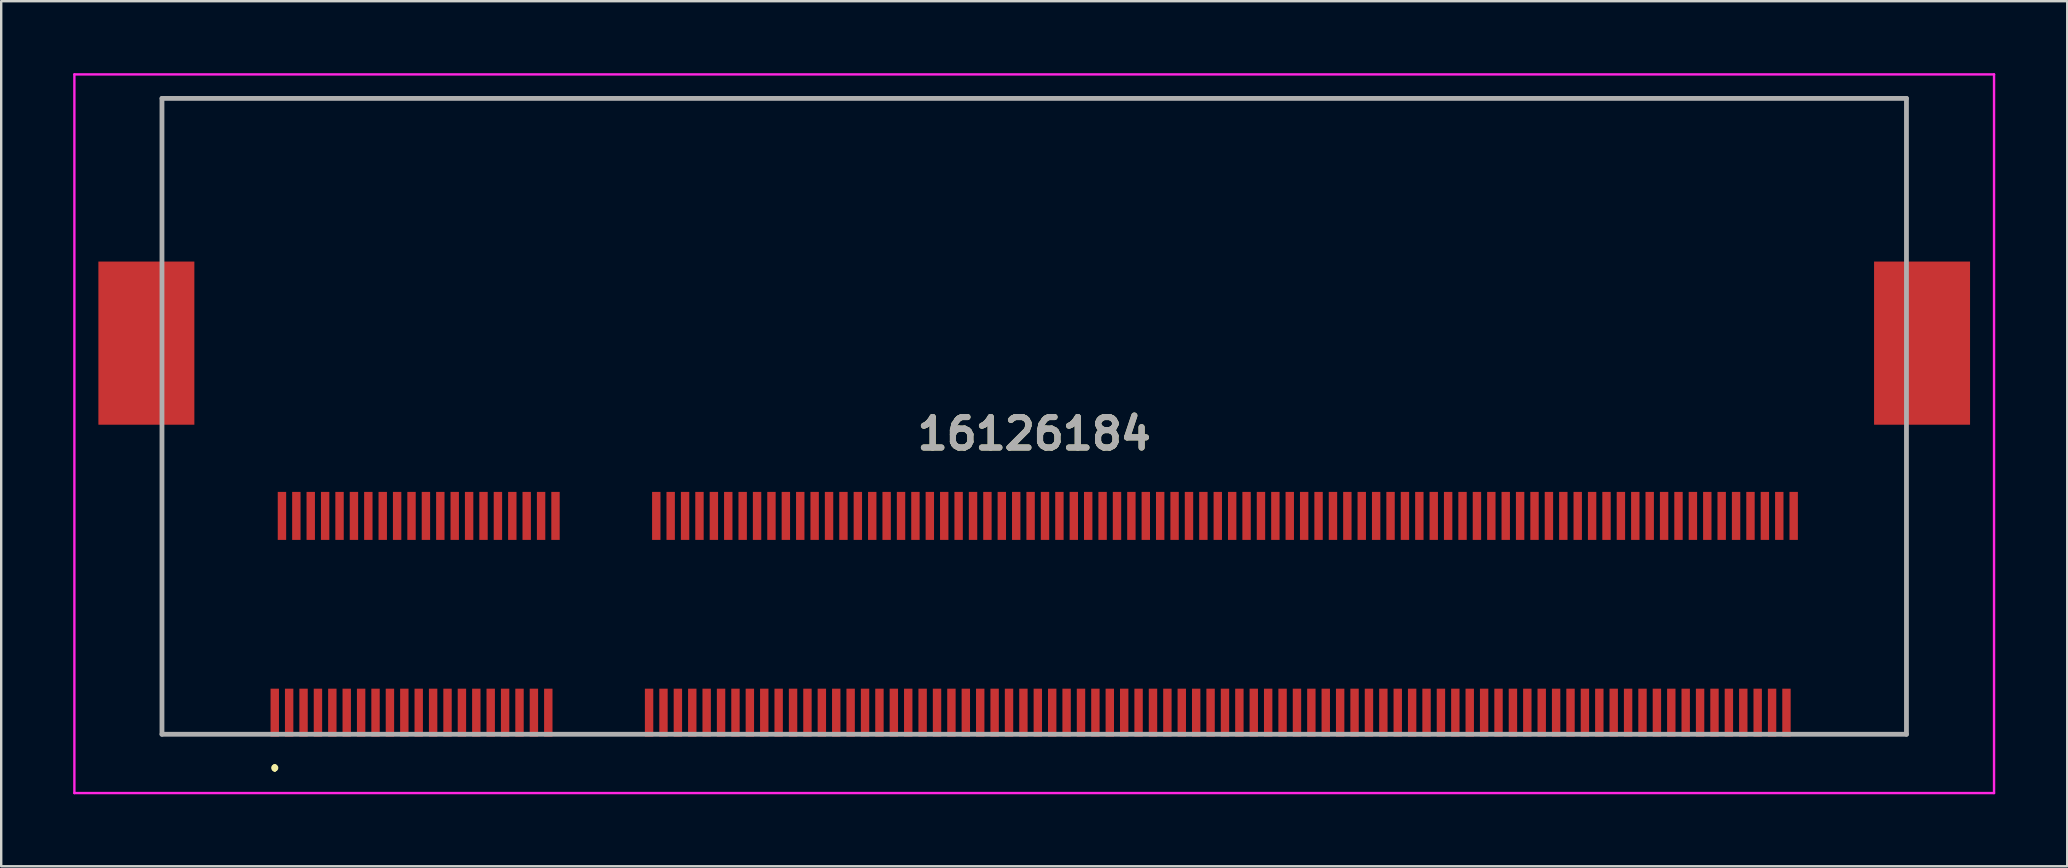
<source format=kicad_pcb>
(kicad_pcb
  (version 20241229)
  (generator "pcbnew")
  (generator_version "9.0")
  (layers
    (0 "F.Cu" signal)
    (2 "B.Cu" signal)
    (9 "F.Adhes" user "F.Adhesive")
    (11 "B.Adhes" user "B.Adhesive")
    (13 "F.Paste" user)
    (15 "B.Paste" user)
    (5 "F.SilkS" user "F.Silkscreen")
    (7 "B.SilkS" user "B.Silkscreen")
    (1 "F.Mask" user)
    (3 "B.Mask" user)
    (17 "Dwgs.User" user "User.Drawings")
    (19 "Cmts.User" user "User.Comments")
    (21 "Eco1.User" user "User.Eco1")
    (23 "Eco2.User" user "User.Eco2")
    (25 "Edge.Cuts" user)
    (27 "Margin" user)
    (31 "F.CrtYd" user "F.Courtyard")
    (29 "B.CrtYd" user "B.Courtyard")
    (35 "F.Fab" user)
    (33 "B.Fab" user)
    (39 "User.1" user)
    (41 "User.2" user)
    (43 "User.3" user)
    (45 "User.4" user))
  (footprint "16126184"
    (layer "F.Cu")
    (at 40.05 14.3)
    (property "Reference" "16126184" (at 0 0.725 0) (layer "F.SilkS") (effects (font (size 1.27 1.27) (thickness 0.254))))
    (attr through_hole)
    (fp_line (start -36.35 -13.25) (end -36.35 -13.25) (stroke (width 0.1) (type solid)) (layer "F.SilkS"))
    (fp_line (start -36.35 -13.25) (end -36.35 -13.25) (stroke (width 0.1) (type solid)) (layer "F.SilkS"))
    (fp_line (start -36.35 -13.25) (end -36.35 -7) (stroke (width 0.1) (type solid)) (layer "F.SilkS"))
    (fp_line (start -36.35 -13.25) (end 36.35 -13.25) (stroke (width 0.1) (type solid)) (layer "F.SilkS"))
    (fp_line (start -36.35 -7) (end -36.35 -13.25) (stroke (width 0.1) (type solid)) (layer "F.SilkS"))
    (fp_line (start -36.35 -7) (end -36.35 -7) (stroke (width 0.1) (type solid)) (layer "F.SilkS"))
    (fp_line (start -36.35 1) (end -36.35 1) (stroke (width 0.1) (type solid)) (layer "F.SilkS"))
    (fp_line (start -36.35 1) (end -36.35 13.25) (stroke (width 0.1) (type solid)) (layer "F.SilkS"))
    (fp_line (start -36.35 13.25) (end -36.35 1) (stroke (width 0.1) (type solid)) (layer "F.SilkS"))
    (fp_line (start -36.35 13.25) (end -36.35 13.25) (stroke (width 0.1) (type solid)) (layer "F.SilkS"))
    (fp_line (start -36.35 13.25) (end -36.35 13.25) (stroke (width 0.1) (type solid)) (layer "F.SilkS"))
    (fp_line (start -36.35 13.25) (end -32.5 13.25) (stroke (width 0.1) (type solid)) (layer "F.SilkS"))
    (fp_line (start -32.5 13.25) (end -36.35 13.25) (stroke (width 0.1) (type solid)) (layer "F.SilkS"))
    (fp_line (start -32.5 13.25) (end -32.5 13.25) (stroke (width 0.1) (type solid)) (layer "F.SilkS"))
    (fp_line (start -31.65 14.6) (end -31.65 14.7) (stroke (width 0.2) (type solid)) (layer "F.SilkS"))
    (fp_line (start -31.65 14.7) (end -31.65 14.7) (stroke (width 0.2) (type solid)) (layer "F.SilkS"))
    (fp_line (start -31.65 14.7) (end -31.65 14.7) (stroke (width 0.2) (type solid)) (layer "F.SilkS"))
    (fp_line (start -19.5 13.25) (end -19.5 13.25) (stroke (width 0.1) (type solid)) (layer "F.SilkS"))
    (fp_line (start -19.5 13.25) (end -16.75 13.25) (stroke (width 0.1) (type solid)) (layer "F.SilkS"))
    (fp_line (start -16.75 13.25) (end -19.5 13.25) (stroke (width 0.1) (type solid)) (layer "F.SilkS"))
    (fp_line (start -16.75 13.25) (end -16.75 13.25) (stroke (width 0.1) (type solid)) (layer "F.SilkS"))
    (fp_line (start 32.25 13.25) (end 32.25 13.25) (stroke (width 0.1) (type solid)) (layer "F.SilkS"))
    (fp_line (start 32.25 13.25) (end 36.35 13.25) (stroke (width 0.1) (type solid)) (layer "F.SilkS"))
    (fp_line (start 36.35 -13.25) (end -36.35 -13.25) (stroke (width 0.1) (type solid)) (layer "F.SilkS"))
    (fp_line (start 36.35 -13.25) (end 36.35 -13.25) (stroke (width 0.1) (type solid)) (layer "F.SilkS"))
    (fp_line (start 36.35 -13.25) (end 36.35 -13.25) (stroke (width 0.1) (type solid)) (layer "F.SilkS"))
    (fp_line (start 36.35 -13.25) (end 36.35 -7) (stroke (width 0.1) (type solid)) (layer "F.SilkS"))
    (fp_line (start 36.35 -7) (end 36.35 -13.25) (stroke (width 0.1) (type solid)) (layer "F.SilkS"))
    (fp_line (start 36.35 -7) (end 36.35 -7) (stroke (width 0.1) (type solid)) (layer "F.SilkS"))
    (fp_line (start 36.35 1) (end 36.35 1) (stroke (width 0.1) (type solid)) (layer "F.SilkS"))
    (fp_line (start 36.35 1) (end 36.35 13.25) (stroke (width 0.1) (type solid)) (layer "F.SilkS"))
    (fp_line (start 36.35 13.25) (end 32.25 13.25) (stroke (width 0.1) (type solid)) (layer "F.SilkS"))
    (fp_line (start 36.35 13.25) (end 36.35 1) (stroke (width 0.1) (type solid)) (layer "F.SilkS"))
    (fp_line (start 36.35 13.25) (end 36.35 13.25) (stroke (width 0.1) (type solid)) (layer "F.SilkS"))
    (fp_line (start 36.35 13.25) (end 36.35 13.25) (stroke (width 0.1) (type solid)) (layer "F.SilkS"))
    (fp_arc (start -31.65 14.6) (mid -31.6 14.65) (end -31.65 14.7) (stroke (width 0.2) (type solid)) (layer "F.SilkS"))
    (fp_arc (start -31.65 14.7) (mid -31.7 14.65) (end -31.65 14.6) (stroke (width 0.2) (type solid)) (layer "F.SilkS"))
    (fp_line (start -40 -14.25) (end 40 -14.25) (stroke (width 0.1) (type solid)) (layer "F.CrtYd"))
    (fp_line (start -40 15.7) (end -40 -14.25) (stroke (width 0.1) (type solid)) (layer "F.CrtYd"))
    (fp_line (start 40 -14.25) (end 40 15.7) (stroke (width 0.1) (type solid)) (layer "F.CrtYd"))
    (fp_line (start 40 15.7) (end -40 15.7) (stroke (width 0.1) (type solid)) (layer "F.CrtYd"))
    (fp_line (start -36.35 -13.25) (end -36.35 13.25) (stroke (width 0.2) (type solid)) (layer "F.Fab"))
    (fp_line (start -36.35 13.25) (end 36.35 13.25) (stroke (width 0.2) (type solid)) (layer "F.Fab"))
    (fp_line (start 36.35 -13.25) (end -36.35 -13.25) (stroke (width 0.2) (type solid)) (layer "F.Fab"))
    (fp_line (start 36.35 13.25) (end 36.35 -13.25) (stroke (width 0.2) (type solid)) (layer "F.Fab"))
    (fp_text user "${REFERENCE}" (at 0 0.725 0) (layer "F.Fab") (effects (font (size 1.27 1.27) (thickness 0.254))))
    (pad "" np_thru_hole circle (at -33.4 8.25) (size 0.001 0.001) (drill 1.7) (layers "*.Cu" "*.Mask"))
    (pad "" np_thru_hole circle (at 33.4 8.25) (size 0.001 0.001) (drill 1.2) (layers "*.Cu" "*.Mask"))
    (pad "1" smd rect (at -31.65 12.35) (size 0.35 2) (layers "F.Cu" "F.Mask" "F.Paste"))
    (pad "2" smd rect (at -31.35 4.15) (size 0.35 2) (layers "F.Cu" "F.Mask" "F.Paste"))
    (pad "3" smd rect (at -31.05 12.35) (size 0.35 2) (layers "F.Cu" "F.Mask" "F.Paste"))
    (pad "4" smd rect (at -30.75 4.15) (size 0.35 2) (layers "F.Cu" "F.Mask" "F.Paste"))
    (pad "5" smd rect (at -30.45 12.35) (size 0.35 2) (layers "F.Cu" "F.Mask" "F.Paste"))
    (pad "6" smd rect (at -30.15 4.15) (size 0.35 2) (layers "F.Cu" "F.Mask" "F.Paste"))
    (pad "7" smd rect (at -29.85 12.35) (size 0.35 2) (layers "F.Cu" "F.Mask" "F.Paste"))
    (pad "8" smd rect (at -29.55 4.15) (size 0.35 2) (layers "F.Cu" "F.Mask" "F.Paste"))
    (pad "9" smd rect (at -29.25 12.35) (size 0.35 2) (layers "F.Cu" "F.Mask" "F.Paste"))
    (pad "10" smd rect (at -28.95 4.15) (size 0.35 2) (layers "F.Cu" "F.Mask" "F.Paste"))
    (pad "11" smd rect (at -28.65 12.35) (size 0.35 2) (layers "F.Cu" "F.Mask" "F.Paste"))
    (pad "12" smd rect (at -28.35 4.15) (size 0.35 2) (layers "F.Cu" "F.Mask" "F.Paste"))
    (pad "13" smd rect (at -28.05 12.35) (size 0.35 2) (layers "F.Cu" "F.Mask" "F.Paste"))
    (pad "14" smd rect (at -27.75 4.15) (size 0.35 2) (layers "F.Cu" "F.Mask" "F.Paste"))
    (pad "15" smd rect (at -27.45 12.35) (size 0.35 2) (layers "F.Cu" "F.Mask" "F.Paste"))
    (pad "16" smd rect (at -27.15 4.15) (size 0.35 2) (layers "F.Cu" "F.Mask" "F.Paste"))
    (pad "17" smd rect (at -26.85 12.35) (size 0.35 2) (layers "F.Cu" "F.Mask" "F.Paste"))
    (pad "18" smd rect (at -26.55 4.15) (size 0.35 2) (layers "F.Cu" "F.Mask" "F.Paste"))
    (pad "19" smd rect (at -26.25 12.35) (size 0.35 2) (layers "F.Cu" "F.Mask" "F.Paste"))
    (pad "20" smd rect (at -25.95 4.15) (size 0.35 2) (layers "F.Cu" "F.Mask" "F.Paste"))
    (pad "21" smd rect (at -25.65 12.35) (size 0.35 2) (layers "F.Cu" "F.Mask" "F.Paste"))
    (pad "22" smd rect (at -25.35 4.15) (size 0.35 2) (layers "F.Cu" "F.Mask" "F.Paste"))
    (pad "23" smd rect (at -25.05 12.35) (size 0.35 2) (layers "F.Cu" "F.Mask" "F.Paste"))
    (pad "24" smd rect (at -24.75 4.15) (size 0.35 2) (layers "F.Cu" "F.Mask" "F.Paste"))
    (pad "25" smd rect (at -24.45 12.35) (size 0.35 2) (layers "F.Cu" "F.Mask" "F.Paste"))
    (pad "26" smd rect (at -24.15 4.15) (size 0.35 2) (layers "F.Cu" "F.Mask" "F.Paste"))
    (pad "27" smd rect (at -23.85 12.35) (size 0.35 2) (layers "F.Cu" "F.Mask" "F.Paste"))
    (pad "28" smd rect (at -23.55 4.15) (size 0.35 2) (layers "F.Cu" "F.Mask" "F.Paste"))
    (pad "29" smd rect (at -23.25 12.35) (size 0.35 2) (layers "F.Cu" "F.Mask" "F.Paste"))
    (pad "30" smd rect (at -22.95 4.15) (size 0.35 2) (layers "F.Cu" "F.Mask" "F.Paste"))
    (pad "31" smd rect (at -22.65 12.35) (size 0.35 2) (layers "F.Cu" "F.Mask" "F.Paste"))
    (pad "32" smd rect (at -22.35 4.15) (size 0.35 2) (layers "F.Cu" "F.Mask" "F.Paste"))
    (pad "33" smd rect (at -22.05 12.35) (size 0.35 2) (layers "F.Cu" "F.Mask" "F.Paste"))
    (pad "34" smd rect (at -21.75 4.15) (size 0.35 2) (layers "F.Cu" "F.Mask" "F.Paste"))
    (pad "35" smd rect (at -21.45 12.35) (size 0.35 2) (layers "F.Cu" "F.Mask" "F.Paste"))
    (pad "36" smd rect (at -21.15 4.15) (size 0.35 2) (layers "F.Cu" "F.Mask" "F.Paste"))
    (pad "37" smd rect (at -20.85 12.35) (size 0.35 2) (layers "F.Cu" "F.Mask" "F.Paste"))
    (pad "38" smd rect (at -20.55 4.15) (size 0.35 2) (layers "F.Cu" "F.Mask" "F.Paste"))
    (pad "39" smd rect (at -20.25 12.35) (size 0.35 2) (layers "F.Cu" "F.Mask" "F.Paste"))
    (pad "40" smd rect (at -19.95 4.15) (size 0.35 2) (layers "F.Cu" "F.Mask" "F.Paste"))
    (pad "41" smd rect (at -16.05 12.35) (size 0.35 2) (layers "F.Cu" "F.Mask" "F.Paste"))
    (pad "42" smd rect (at -15.75 4.15) (size 0.35 2) (layers "F.Cu" "F.Mask" "F.Paste"))
    (pad "43" smd rect (at -15.45 12.35) (size 0.35 2) (layers "F.Cu" "F.Mask" "F.Paste"))
    (pad "44" smd rect (at -15.15 4.15) (size 0.35 2) (layers "F.Cu" "F.Mask" "F.Paste"))
    (pad "45" smd rect (at -14.85 12.35) (size 0.35 2) (layers "F.Cu" "F.Mask" "F.Paste"))
    (pad "46" smd rect (at -14.55 4.15) (size 0.35 2) (layers "F.Cu" "F.Mask" "F.Paste"))
    (pad "47" smd rect (at -14.25 12.35) (size 0.35 2) (layers "F.Cu" "F.Mask" "F.Paste"))
    (pad "48" smd rect (at -13.95 4.15) (size 0.35 2) (layers "F.Cu" "F.Mask" "F.Paste"))
    (pad "49" smd rect (at -13.65 12.35) (size 0.35 2) (layers "F.Cu" "F.Mask" "F.Paste"))
    (pad "50" smd rect (at -13.35 4.15) (size 0.35 2) (layers "F.Cu" "F.Mask" "F.Paste"))
    (pad "51" smd rect (at -13.05 12.35) (size 0.35 2) (layers "F.Cu" "F.Mask" "F.Paste"))
    (pad "52" smd rect (at -12.75 4.15) (size 0.35 2) (layers "F.Cu" "F.Mask" "F.Paste"))
    (pad "53" smd rect (at -12.45 12.35) (size 0.35 2) (layers "F.Cu" "F.Mask" "F.Paste"))
    (pad "54" smd rect (at -12.15 4.15) (size 0.35 2) (layers "F.Cu" "F.Mask" "F.Paste"))
    (pad "55" smd rect (at -11.85 12.35) (size 0.35 2) (layers "F.Cu" "F.Mask" "F.Paste"))
    (pad "56" smd rect (at -11.55 4.15) (size 0.35 2) (layers "F.Cu" "F.Mask" "F.Paste"))
    (pad "57" smd rect (at -11.25 12.35) (size 0.35 2) (layers "F.Cu" "F.Mask" "F.Paste"))
    (pad "58" smd rect (at -10.95 4.15) (size 0.35 2) (layers "F.Cu" "F.Mask" "F.Paste"))
    (pad "59" smd rect (at -10.65 12.35) (size 0.35 2) (layers "F.Cu" "F.Mask" "F.Paste"))
    (pad "60" smd rect (at -10.35 4.15) (size 0.35 2) (layers "F.Cu" "F.Mask" "F.Paste"))
    (pad "61" smd rect (at -10.05 12.35) (size 0.35 2) (layers "F.Cu" "F.Mask" "F.Paste"))
    (pad "62" smd rect (at -9.75 4.15) (size 0.35 2) (layers "F.Cu" "F.Mask" "F.Paste"))
    (pad "63" smd rect (at -9.45 12.35) (size 0.35 2) (layers "F.Cu" "F.Mask" "F.Paste"))
    (pad "64" smd rect (at -9.15 4.15) (size 0.35 2) (layers "F.Cu" "F.Mask" "F.Paste"))
    (pad "65" smd rect (at -8.85 12.35) (size 0.35 2) (layers "F.Cu" "F.Mask" "F.Paste"))
    (pad "66" smd rect (at -8.55 4.15) (size 0.35 2) (layers "F.Cu" "F.Mask" "F.Paste"))
    (pad "67" smd rect (at -8.25 12.35) (size 0.35 2) (layers "F.Cu" "F.Mask" "F.Paste"))
    (pad "68" smd rect (at -7.95 4.15) (size 0.35 2) (layers "F.Cu" "F.Mask" "F.Paste"))
    (pad "69" smd rect (at -7.65 12.35) (size 0.35 2) (layers "F.Cu" "F.Mask" "F.Paste"))
    (pad "70" smd rect (at -7.35 4.15) (size 0.35 2) (layers "F.Cu" "F.Mask" "F.Paste"))
    (pad "71" smd rect (at -7.05 12.35) (size 0.35 2) (layers "F.Cu" "F.Mask" "F.Paste"))
    (pad "72" smd rect (at -6.75 4.15) (size 0.35 2) (layers "F.Cu" "F.Mask" "F.Paste"))
    (pad "73" smd rect (at -6.45 12.35) (size 0.35 2) (layers "F.Cu" "F.Mask" "F.Paste"))
    (pad "74" smd rect (at -6.15 4.15) (size 0.35 2) (layers "F.Cu" "F.Mask" "F.Paste"))
    (pad "75" smd rect (at -5.85 12.35) (size 0.35 2) (layers "F.Cu" "F.Mask" "F.Paste"))
    (pad "76" smd rect (at -5.55 4.15) (size 0.35 2) (layers "F.Cu" "F.Mask" "F.Paste"))
    (pad "77" smd rect (at -5.25 12.35) (size 0.35 2) (layers "F.Cu" "F.Mask" "F.Paste"))
    (pad "78" smd rect (at -4.95 4.15) (size 0.35 2) (layers "F.Cu" "F.Mask" "F.Paste"))
    (pad "79" smd rect (at -4.65 12.35) (size 0.35 2) (layers "F.Cu" "F.Mask" "F.Paste"))
    (pad "80" smd rect (at -4.35 4.15) (size 0.35 2) (layers "F.Cu" "F.Mask" "F.Paste"))
    (pad "81" smd rect (at -4.05 12.35) (size 0.35 2) (layers "F.Cu" "F.Mask" "F.Paste"))
    (pad "82" smd rect (at -3.75 4.15) (size 0.35 2) (layers "F.Cu" "F.Mask" "F.Paste"))
    (pad "83" smd rect (at -3.45 12.35) (size 0.35 2) (layers "F.Cu" "F.Mask" "F.Paste"))
    (pad "84" smd rect (at -3.15 4.15) (size 0.35 2) (layers "F.Cu" "F.Mask" "F.Paste"))
    (pad "85" smd rect (at -2.85 12.35) (size 0.35 2) (layers "F.Cu" "F.Mask" "F.Paste"))
    (pad "86" smd rect (at -2.55 4.15) (size 0.35 2) (layers "F.Cu" "F.Mask" "F.Paste"))
    (pad "87" smd rect (at -2.25 12.35) (size 0.35 2) (layers "F.Cu" "F.Mask" "F.Paste"))
    (pad "88" smd rect (at -1.95 4.15) (size 0.35 2) (layers "F.Cu" "F.Mask" "F.Paste"))
    (pad "89" smd rect (at -1.65 12.35) (size 0.35 2) (layers "F.Cu" "F.Mask" "F.Paste"))
    (pad "90" smd rect (at -1.35 4.15) (size 0.35 2) (layers "F.Cu" "F.Mask" "F.Paste"))
    (pad "91" smd rect (at -1.05 12.35) (size 0.35 2) (layers "F.Cu" "F.Mask" "F.Paste"))
    (pad "92" smd rect (at -0.75 4.15) (size 0.35 2) (layers "F.Cu" "F.Mask" "F.Paste"))
    (pad "93" smd rect (at -0.45 12.35) (size 0.35 2) (layers "F.Cu" "F.Mask" "F.Paste"))
    (pad "94" smd rect (at -0.15 4.15) (size 0.35 2) (layers "F.Cu" "F.Mask" "F.Paste"))
    (pad "95" smd rect (at 0.15 12.35) (size 0.35 2) (layers "F.Cu" "F.Mask" "F.Paste"))
    (pad "96" smd rect (at 0.45 4.15) (size 0.35 2) (layers "F.Cu" "F.Mask" "F.Paste"))
    (pad "97" smd rect (at 0.75 12.35) (size 0.35 2) (layers "F.Cu" "F.Mask" "F.Paste"))
    (pad "98" smd rect (at 1.05 4.15) (size 0.35 2) (layers "F.Cu" "F.Mask" "F.Paste"))
    (pad "99" smd rect (at 1.35 12.35) (size 0.35 2) (layers "F.Cu" "F.Mask" "F.Paste"))
    (pad "100" smd rect (at 1.65 4.15) (size 0.35 2) (layers "F.Cu" "F.Mask" "F.Paste"))
    (pad "101" smd rect (at 1.95 12.35) (size 0.35 2) (layers "F.Cu" "F.Mask" "F.Paste"))
    (pad "102" smd rect (at 2.25 4.15) (size 0.35 2) (layers "F.Cu" "F.Mask" "F.Paste"))
    (pad "103" smd rect (at 2.55 12.35) (size 0.35 2) (layers "F.Cu" "F.Mask" "F.Paste"))
    (pad "104" smd rect (at 2.85 4.15) (size 0.35 2) (layers "F.Cu" "F.Mask" "F.Paste"))
    (pad "105" smd rect (at 3.15 12.35) (size 0.35 2) (layers "F.Cu" "F.Mask" "F.Paste"))
    (pad "106" smd rect (at 3.45 4.15) (size 0.35 2) (layers "F.Cu" "F.Mask" "F.Paste"))
    (pad "107" smd rect (at 3.75 12.35) (size 0.35 2) (layers "F.Cu" "F.Mask" "F.Paste"))
    (pad "108" smd rect (at 4.05 4.15) (size 0.35 2) (layers "F.Cu" "F.Mask" "F.Paste"))
    (pad "109" smd rect (at 4.35 12.35) (size 0.35 2) (layers "F.Cu" "F.Mask" "F.Paste"))
    (pad "110" smd rect (at 4.65 4.15) (size 0.35 2) (layers "F.Cu" "F.Mask" "F.Paste"))
    (pad "111" smd rect (at 4.95 12.35) (size 0.35 2) (layers "F.Cu" "F.Mask" "F.Paste"))
    (pad "112" smd rect (at 5.25 4.15) (size 0.35 2) (layers "F.Cu" "F.Mask" "F.Paste"))
    (pad "113" smd rect (at 5.55 12.35) (size 0.35 2) (layers "F.Cu" "F.Mask" "F.Paste"))
    (pad "114" smd rect (at 5.85 4.15) (size 0.35 2) (layers "F.Cu" "F.Mask" "F.Paste"))
    (pad "115" smd rect (at 6.15 12.35) (size 0.35 2) (layers "F.Cu" "F.Mask" "F.Paste"))
    (pad "116" smd rect (at 6.45 4.15) (size 0.35 2) (layers "F.Cu" "F.Mask" "F.Paste"))
    (pad "117" smd rect (at 6.75 12.35) (size 0.35 2) (layers "F.Cu" "F.Mask" "F.Paste"))
    (pad "118" smd rect (at 7.05 4.15) (size 0.35 2) (layers "F.Cu" "F.Mask" "F.Paste"))
    (pad "119" smd rect (at 7.35 12.35) (size 0.35 2) (layers "F.Cu" "F.Mask" "F.Paste"))
    (pad "120" smd rect (at 7.65 4.15) (size 0.35 2) (layers "F.Cu" "F.Mask" "F.Paste"))
    (pad "121" smd rect (at 7.95 12.35) (size 0.35 2) (layers "F.Cu" "F.Mask" "F.Paste"))
    (pad "122" smd rect (at 8.25 4.15) (size 0.35 2) (layers "F.Cu" "F.Mask" "F.Paste"))
    (pad "123" smd rect (at 8.55 12.35) (size 0.35 2) (layers "F.Cu" "F.Mask" "F.Paste"))
    (pad "124" smd rect (at 8.85 4.15) (size 0.35 2) (layers "F.Cu" "F.Mask" "F.Paste"))
    (pad "125" smd rect (at 9.15 12.35) (size 0.35 2) (layers "F.Cu" "F.Mask" "F.Paste"))
    (pad "126" smd rect (at 9.45 4.15) (size 0.35 2) (layers "F.Cu" "F.Mask" "F.Paste"))
    (pad "127" smd rect (at 9.75 12.35) (size 0.35 2) (layers "F.Cu" "F.Mask" "F.Paste"))
    (pad "128" smd rect (at 10.05 4.15) (size 0.35 2) (layers "F.Cu" "F.Mask" "F.Paste"))
    (pad "129" smd rect (at 10.35 12.35) (size 0.35 2) (layers "F.Cu" "F.Mask" "F.Paste"))
    (pad "130" smd rect (at 10.65 4.15) (size 0.35 2) (layers "F.Cu" "F.Mask" "F.Paste"))
    (pad "131" smd rect (at 10.95 12.35) (size 0.35 2) (layers "F.Cu" "F.Mask" "F.Paste"))
    (pad "132" smd rect (at 11.25 4.15) (size 0.35 2) (layers "F.Cu" "F.Mask" "F.Paste"))
    (pad "133" smd rect (at 11.55 12.35) (size 0.35 2) (layers "F.Cu" "F.Mask" "F.Paste"))
    (pad "134" smd rect (at 11.85 4.15) (size 0.35 2) (layers "F.Cu" "F.Mask" "F.Paste"))
    (pad "135" smd rect (at 12.15 12.35) (size 0.35 2) (layers "F.Cu" "F.Mask" "F.Paste"))
    (pad "136" smd rect (at 12.45 4.15) (size 0.35 2) (layers "F.Cu" "F.Mask" "F.Paste"))
    (pad "137" smd rect (at 12.75 12.35) (size 0.35 2) (layers "F.Cu" "F.Mask" "F.Paste"))
    (pad "138" smd rect (at 13.05 4.15) (size 0.35 2) (layers "F.Cu" "F.Mask" "F.Paste"))
    (pad "139" smd rect (at 13.35 12.35) (size 0.35 2) (layers "F.Cu" "F.Mask" "F.Paste"))
    (pad "140" smd rect (at 13.65 4.15) (size 0.35 2) (layers "F.Cu" "F.Mask" "F.Paste"))
    (pad "141" smd rect (at 13.95 12.35) (size 0.35 2) (layers "F.Cu" "F.Mask" "F.Paste"))
    (pad "142" smd rect (at 14.25 4.15) (size 0.35 2) (layers "F.Cu" "F.Mask" "F.Paste"))
    (pad "143" smd rect (at 14.55 12.35) (size 0.35 2) (layers "F.Cu" "F.Mask" "F.Paste"))
    (pad "144" smd rect (at 14.85 4.15) (size 0.35 2) (layers "F.Cu" "F.Mask" "F.Paste"))
    (pad "145" smd rect (at 15.15 12.35) (size 0.35 2) (layers "F.Cu" "F.Mask" "F.Paste"))
    (pad "146" smd rect (at 15.45 4.15) (size 0.35 2) (layers "F.Cu" "F.Mask" "F.Paste"))
    (pad "147" smd rect (at 15.75 12.35) (size 0.35 2) (layers "F.Cu" "F.Mask" "F.Paste"))
    (pad "148" smd rect (at 16.05 4.15) (size 0.35 2) (layers "F.Cu" "F.Mask" "F.Paste"))
    (pad "149" smd rect (at 16.35 12.35) (size 0.35 2) (layers "F.Cu" "F.Mask" "F.Paste"))
    (pad "150" smd rect (at 16.65 4.15) (size 0.35 2) (layers "F.Cu" "F.Mask" "F.Paste"))
    (pad "151" smd rect (at 16.95 12.35) (size 0.35 2) (layers "F.Cu" "F.Mask" "F.Paste"))
    (pad "152" smd rect (at 17.25 4.15) (size 0.35 2) (layers "F.Cu" "F.Mask" "F.Paste"))
    (pad "153" smd rect (at 17.55 12.35) (size 0.35 2) (layers "F.Cu" "F.Mask" "F.Paste"))
    (pad "154" smd rect (at 17.85 4.15) (size 0.35 2) (layers "F.Cu" "F.Mask" "F.Paste"))
    (pad "155" smd rect (at 18.15 12.35) (size 0.35 2) (layers "F.Cu" "F.Mask" "F.Paste"))
    (pad "156" smd rect (at 18.45 4.15) (size 0.35 2) (layers "F.Cu" "F.Mask" "F.Paste"))
    (pad "157" smd rect (at 18.75 12.35) (size 0.35 2) (layers "F.Cu" "F.Mask" "F.Paste"))
    (pad "158" smd rect (at 19.05 4.15) (size 0.35 2) (layers "F.Cu" "F.Mask" "F.Paste"))
    (pad "159" smd rect (at 19.35 12.35) (size 0.35 2) (layers "F.Cu" "F.Mask" "F.Paste"))
    (pad "160" smd rect (at 19.65 4.15) (size 0.35 2) (layers "F.Cu" "F.Mask" "F.Paste"))
    (pad "161" smd rect (at 19.95 12.35) (size 0.35 2) (layers "F.Cu" "F.Mask" "F.Paste"))
    (pad "162" smd rect (at 20.25 4.15) (size 0.35 2) (layers "F.Cu" "F.Mask" "F.Paste"))
    (pad "163" smd rect (at 20.55 12.35) (size 0.35 2) (layers "F.Cu" "F.Mask" "F.Paste"))
    (pad "164" smd rect (at 20.85 4.15) (size 0.35 2) (layers "F.Cu" "F.Mask" "F.Paste"))
    (pad "165" smd rect (at 21.15 12.35) (size 0.35 2) (layers "F.Cu" "F.Mask" "F.Paste"))
    (pad "166" smd rect (at 21.45 4.15) (size 0.35 2) (layers "F.Cu" "F.Mask" "F.Paste"))
    (pad "167" smd rect (at 21.75 12.35) (size 0.35 2) (layers "F.Cu" "F.Mask" "F.Paste"))
    (pad "168" smd rect (at 22.05 4.15) (size 0.35 2) (layers "F.Cu" "F.Mask" "F.Paste"))
    (pad "169" smd rect (at 22.35 12.35) (size 0.35 2) (layers "F.Cu" "F.Mask" "F.Paste"))
    (pad "170" smd rect (at 22.65 4.15) (size 0.35 2) (layers "F.Cu" "F.Mask" "F.Paste"))
    (pad "171" smd rect (at 22.95 12.35) (size 0.35 2) (layers "F.Cu" "F.Mask" "F.Paste"))
    (pad "172" smd rect (at 23.25 4.15) (size 0.35 2) (layers "F.Cu" "F.Mask" "F.Paste"))
    (pad "173" smd rect (at 23.55 12.35) (size 0.35 2) (layers "F.Cu" "F.Mask" "F.Paste"))
    (pad "174" smd rect (at 23.85 4.15) (size 0.35 2) (layers "F.Cu" "F.Mask" "F.Paste"))
    (pad "175" smd rect (at 24.15 12.35) (size 0.35 2) (layers "F.Cu" "F.Mask" "F.Paste"))
    (pad "176" smd rect (at 24.45 4.15) (size 0.35 2) (layers "F.Cu" "F.Mask" "F.Paste"))
    (pad "177" smd rect (at 24.75 12.35) (size 0.35 2) (layers "F.Cu" "F.Mask" "F.Paste"))
    (pad "178" smd rect (at 25.05 4.15) (size 0.35 2) (layers "F.Cu" "F.Mask" "F.Paste"))
    (pad "179" smd rect (at 25.35 12.35) (size 0.35 2) (layers "F.Cu" "F.Mask" "F.Paste"))
    (pad "180" smd rect (at 25.65 4.15) (size 0.35 2) (layers "F.Cu" "F.Mask" "F.Paste"))
    (pad "181" smd rect (at 25.95 12.35) (size 0.35 2) (layers "F.Cu" "F.Mask" "F.Paste"))
    (pad "182" smd rect (at 26.25 4.15) (size 0.35 2) (layers "F.Cu" "F.Mask" "F.Paste"))
    (pad "183" smd rect (at 26.55 12.35) (size 0.35 2) (layers "F.Cu" "F.Mask" "F.Paste"))
    (pad "184" smd rect (at 26.85 4.15) (size 0.35 2) (layers "F.Cu" "F.Mask" "F.Paste"))
    (pad "185" smd rect (at 27.15 12.35) (size 0.35 2) (layers "F.Cu" "F.Mask" "F.Paste"))
    (pad "186" smd rect (at 27.45 4.15) (size 0.35 2) (layers "F.Cu" "F.Mask" "F.Paste"))
    (pad "187" smd rect (at 27.75 12.35) (size 0.35 2) (layers "F.Cu" "F.Mask" "F.Paste"))
    (pad "188" smd rect (at 28.05 4.15) (size 0.35 2) (layers "F.Cu" "F.Mask" "F.Paste"))
    (pad "189" smd rect (at 28.35 12.35) (size 0.35 2) (layers "F.Cu" "F.Mask" "F.Paste"))
    (pad "190" smd rect (at 28.65 4.15) (size 0.35 2) (layers "F.Cu" "F.Mask" "F.Paste"))
    (pad "191" smd rect (at 28.95 12.35) (size 0.35 2) (layers "F.Cu" "F.Mask" "F.Paste"))
    (pad "192" smd rect (at 29.25 4.15) (size 0.35 2) (layers "F.Cu" "F.Mask" "F.Paste"))
    (pad "193" smd rect (at 29.55 12.35) (size 0.35 2) (layers "F.Cu" "F.Mask" "F.Paste"))
    (pad "194" smd rect (at 29.85 4.15) (size 0.35 2) (layers "F.Cu" "F.Mask" "F.Paste"))
    (pad "195" smd rect (at 30.15 12.35) (size 0.35 2) (layers "F.Cu" "F.Mask" "F.Paste"))
    (pad "196" smd rect (at 30.45 4.15) (size 0.35 2) (layers "F.Cu" "F.Mask" "F.Paste"))
    (pad "197" smd rect (at 30.75 12.35) (size 0.35 2) (layers "F.Cu" "F.Mask" "F.Paste"))
    (pad "198" smd rect (at 31.05 4.15) (size 0.35 2) (layers "F.Cu" "F.Mask" "F.Paste"))
    (pad "199" smd rect (at 31.35 12.35) (size 0.35 2) (layers "F.Cu" "F.Mask" "F.Paste"))
    (pad "200" smd rect (at 31.65 4.15) (size 0.35 2) (layers "F.Cu" "F.Mask" "F.Paste"))
    (pad "MP1" smd rect (at -37 -3.05) (size 4 6.8) (layers "F.Cu" "F.Mask" "F.Paste"))
    (pad "MP2" smd rect (at 37 -3.05) (size 4 6.8) (layers "F.Cu" "F.Mask" "F.Paste")))
  (gr_rect
    (start -3 -3)
    (end 83.1 33.05)
    (stroke (width 0.1) (type default))
    (fill no)
    (layer "Edge.Cuts")))
</source>
